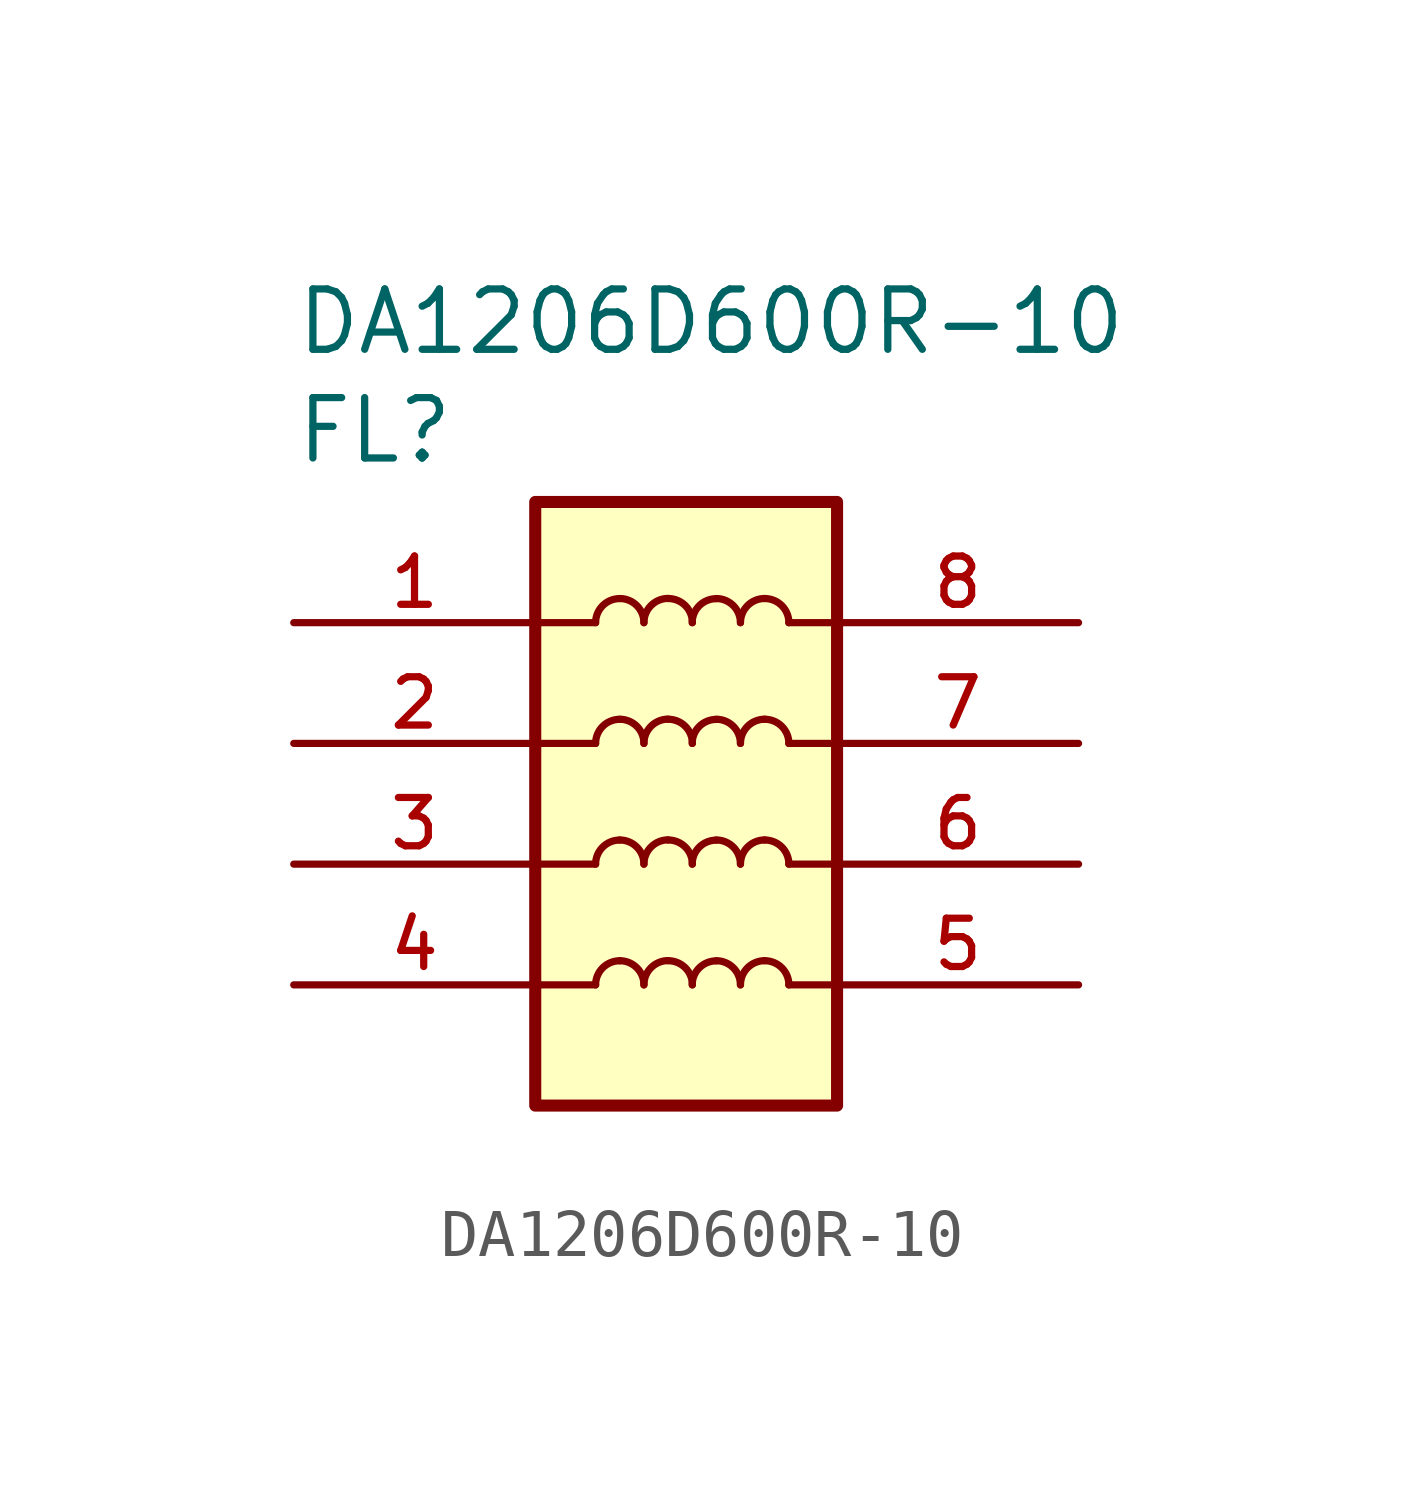
<source format=kicad_sym>
(kicad_symbol_lib
  (version 20241209)
  (generator "kicad_symbol_editor")
  (generator_version "9.0")
  (symbol "DA1206D600R-10"
    (pin_names
      (offset 1.016))
    (property "Reference" "FL"
      (at -7.62 14.732 0)
      (effects (font (size 1.27 1.27)) (justify left bottom)))
    (property "Value" "DA1206D600R-10"
      (at -7.62 17.018 0)
      (effects (font (size 1.27 1.27)) (justify left bottom)))
    (symbol "DA1206D600R-10_0_0"
      (rectangle (start -2.54 13.97) (end 3.81 1.27) (stroke (width 0.254) (type default)) (fill (type background)))
      (pin passive line (at -7.62 11.43 0) (length 5.08) (name "~" (effects (font (size 1.016 1.016)))) (number "1" (effects (font (size 1.016 1.016)))))
      (pin passive line (at 8.89 11.43 180) (length 5.08) (name "~" (effects (font (size 1.016 1.016)))) (number "8" (effects (font (size 1.016 1.016))))))
    (symbol "DA1206D600R-10_0_1"
      (polyline (pts (xy -2.54 11.43) (xy -1.27 11.43)) (stroke (width 0) (type default)) (fill (type none)))
      (polyline (pts (xy -2.54 8.89) (xy -1.27 8.89)) (stroke (width 0) (type default)) (fill (type none)))
      (polyline (pts (xy -2.54 6.35) (xy -1.27 6.35)) (stroke (width 0) (type default)) (fill (type none)))
      (polyline (pts (xy -2.54 3.81) (xy -1.27 3.81)) (stroke (width 0) (type default)) (fill (type none)))
      (arc (start -1.27 11.43) (mid -1.1212 11.7892) (end -0.762 11.938) (stroke (width 0) (type default)) (fill (type none)))
      (arc (start -0.762 11.938) (mid -0.4028 11.7892) (end -0.254 11.43) (stroke (width 0) (type default)) (fill (type none)))
      (arc (start -1.27 8.89) (mid -1.1212 9.2492) (end -0.762 9.398) (stroke (width 0) (type default)) (fill (type none)))
      (arc (start -0.762 9.398) (mid -0.4028 9.2492) (end -0.254 8.89) (stroke (width 0) (type default)) (fill (type none)))
      (arc (start -1.27 6.35) (mid -1.1212 6.7092) (end -0.762 6.858) (stroke (width 0) (type default)) (fill (type none)))
      (arc (start -0.762 6.858) (mid -0.4028 6.7092) (end -0.254 6.35) (stroke (width 0) (type default)) (fill (type none)))
      (arc (start -1.27 3.81) (mid -1.1212 4.1692) (end -0.762 4.318) (stroke (width 0) (type default)) (fill (type none)))
      (arc (start -0.762 4.318) (mid -0.4028 4.1692) (end -0.254 3.81) (stroke (width 0) (type default)) (fill (type none)))
      (arc (start -0.254 11.43) (mid -0.1052 11.7892) (end 0.254 11.938) (stroke (width 0) (type default)) (fill (type none)))
      (arc (start 0.254 11.938) (mid 0.6132 11.7892) (end 0.762 11.43) (stroke (width 0) (type default)) (fill (type none)))
      (arc (start -0.254 8.89) (mid -0.1052 9.2492) (end 0.254 9.398) (stroke (width 0) (type default)) (fill (type none)))
      (arc (start 0.254 9.398) (mid 0.6132 9.2492) (end 0.762 8.89) (stroke (width 0) (type default)) (fill (type none)))
      (arc (start -0.254 6.35) (mid -0.1052 6.7092) (end 0.254 6.858) (stroke (width 0) (type default)) (fill (type none)))
      (arc (start 0.254 6.858) (mid 0.6132 6.7092) (end 0.762 6.35) (stroke (width 0) (type default)) (fill (type none)))
      (arc (start -0.254 3.81) (mid -0.1052 4.1692) (end 0.254 4.318) (stroke (width 0) (type default)) (fill (type none)))
      (arc (start 0.254 4.318) (mid 0.6132 4.1692) (end 0.762 3.81) (stroke (width 0) (type default)) (fill (type none)))
      (arc (start 0.762 11.43) (mid 0.9108 11.7892) (end 1.27 11.938) (stroke (width 0) (type default)) (fill (type none)))
      (arc (start 1.27 11.938) (mid 1.6292 11.7892) (end 1.778 11.43) (stroke (width 0) (type default)) (fill (type none)))
      (arc (start 0.762 8.89) (mid 0.9108 9.2492) (end 1.27 9.398) (stroke (width 0) (type default)) (fill (type none)))
      (arc (start 1.27 9.398) (mid 1.6292 9.2492) (end 1.778 8.89) (stroke (width 0) (type default)) (fill (type none)))
      (arc (start 0.762 6.35) (mid 0.9108 6.7092) (end 1.27 6.858) (stroke (width 0) (type default)) (fill (type none)))
      (arc (start 1.27 6.858) (mid 1.6292 6.7092) (end 1.778 6.35) (stroke (width 0) (type default)) (fill (type none)))
      (arc (start 0.762 3.81) (mid 0.9108 4.1692) (end 1.27 4.318) (stroke (width 0) (type default)) (fill (type none)))
      (arc (start 1.27 4.318) (mid 1.6292 4.1692) (end 1.778 3.81) (stroke (width 0) (type default)) (fill (type none)))
      (arc (start 1.778 11.43) (mid 1.9268 11.7892) (end 2.286 11.938) (stroke (width 0) (type default)) (fill (type none)))
      (arc (start 2.286 11.938) (mid 2.6452 11.7892) (end 2.794 11.43) (stroke (width 0) (type default)) (fill (type none)))
      (arc (start 1.778 8.89) (mid 1.9268 9.2492) (end 2.286 9.398) (stroke (width 0) (type default)) (fill (type none)))
      (arc (start 2.286 9.398) (mid 2.6452 9.2492) (end 2.794 8.89) (stroke (width 0) (type default)) (fill (type none)))
      (arc (start 1.778 6.35) (mid 1.9268 6.7092) (end 2.286 6.858) (stroke (width 0) (type default)) (fill (type none)))
      (arc (start 2.286 6.858) (mid 2.6452 6.7092) (end 2.794 6.35) (stroke (width 0) (type default)) (fill (type none)))
      (arc (start 1.778 3.81) (mid 1.9268 4.1692) (end 2.286 4.318) (stroke (width 0) (type default)) (fill (type none)))
      (arc (start 2.286 4.318) (mid 2.6452 4.1692) (end 2.794 3.81) (stroke (width 0) (type default)) (fill (type none)))
      (polyline (pts (xy 2.794 11.43) (xy 3.81 11.43)) (stroke (width 0) (type default)) (fill (type none)))
      (polyline (pts (xy 2.794 8.89) (xy 3.81 8.89)) (stroke (width 0) (type default)) (fill (type none)))
      (polyline (pts (xy 2.794 6.35) (xy 3.81 6.35)) (stroke (width 0) (type default)) (fill (type none)))
      (polyline (pts (xy 2.794 3.81) (xy 3.81 3.81)) (stroke (width 0) (type default)) (fill (type none))))
    (symbol "DA1206D600R-10_1_0"
      (pin passive line (at -7.62 8.89 0) (length 5.08) (name "~" (effects (font (size 1.016 1.016)))) (number "2" (effects (font (size 1.016 1.016)))))
      (pin passive line (at -7.62 6.35 0) (length 5.08) (name "~" (effects (font (size 1.016 1.016)))) (number "3" (effects (font (size 1.016 1.016)))))
      (pin passive line (at -7.62 3.81 0) (length 5.08) (name "~" (effects (font (size 1.016 1.016)))) (number "4" (effects (font (size 1.016 1.016)))))
      (pin passive line (at 8.89 8.89 180) (length 5.08) (name "~" (effects (font (size 1.016 1.016)))) (number "7" (effects (font (size 1.016 1.016)))))
      (pin passive line (at 8.89 6.35 180) (length 5.08) (name "~" (effects (font (size 1.016 1.016)))) (number "6" (effects (font (size 1.016 1.016)))))
      (pin passive line (at 8.89 3.81 180) (length 5.08) (name "~" (effects (font (size 1.016 1.016)))) (number "5" (effects (font (size 1.016 1.016))))))))
</source>
